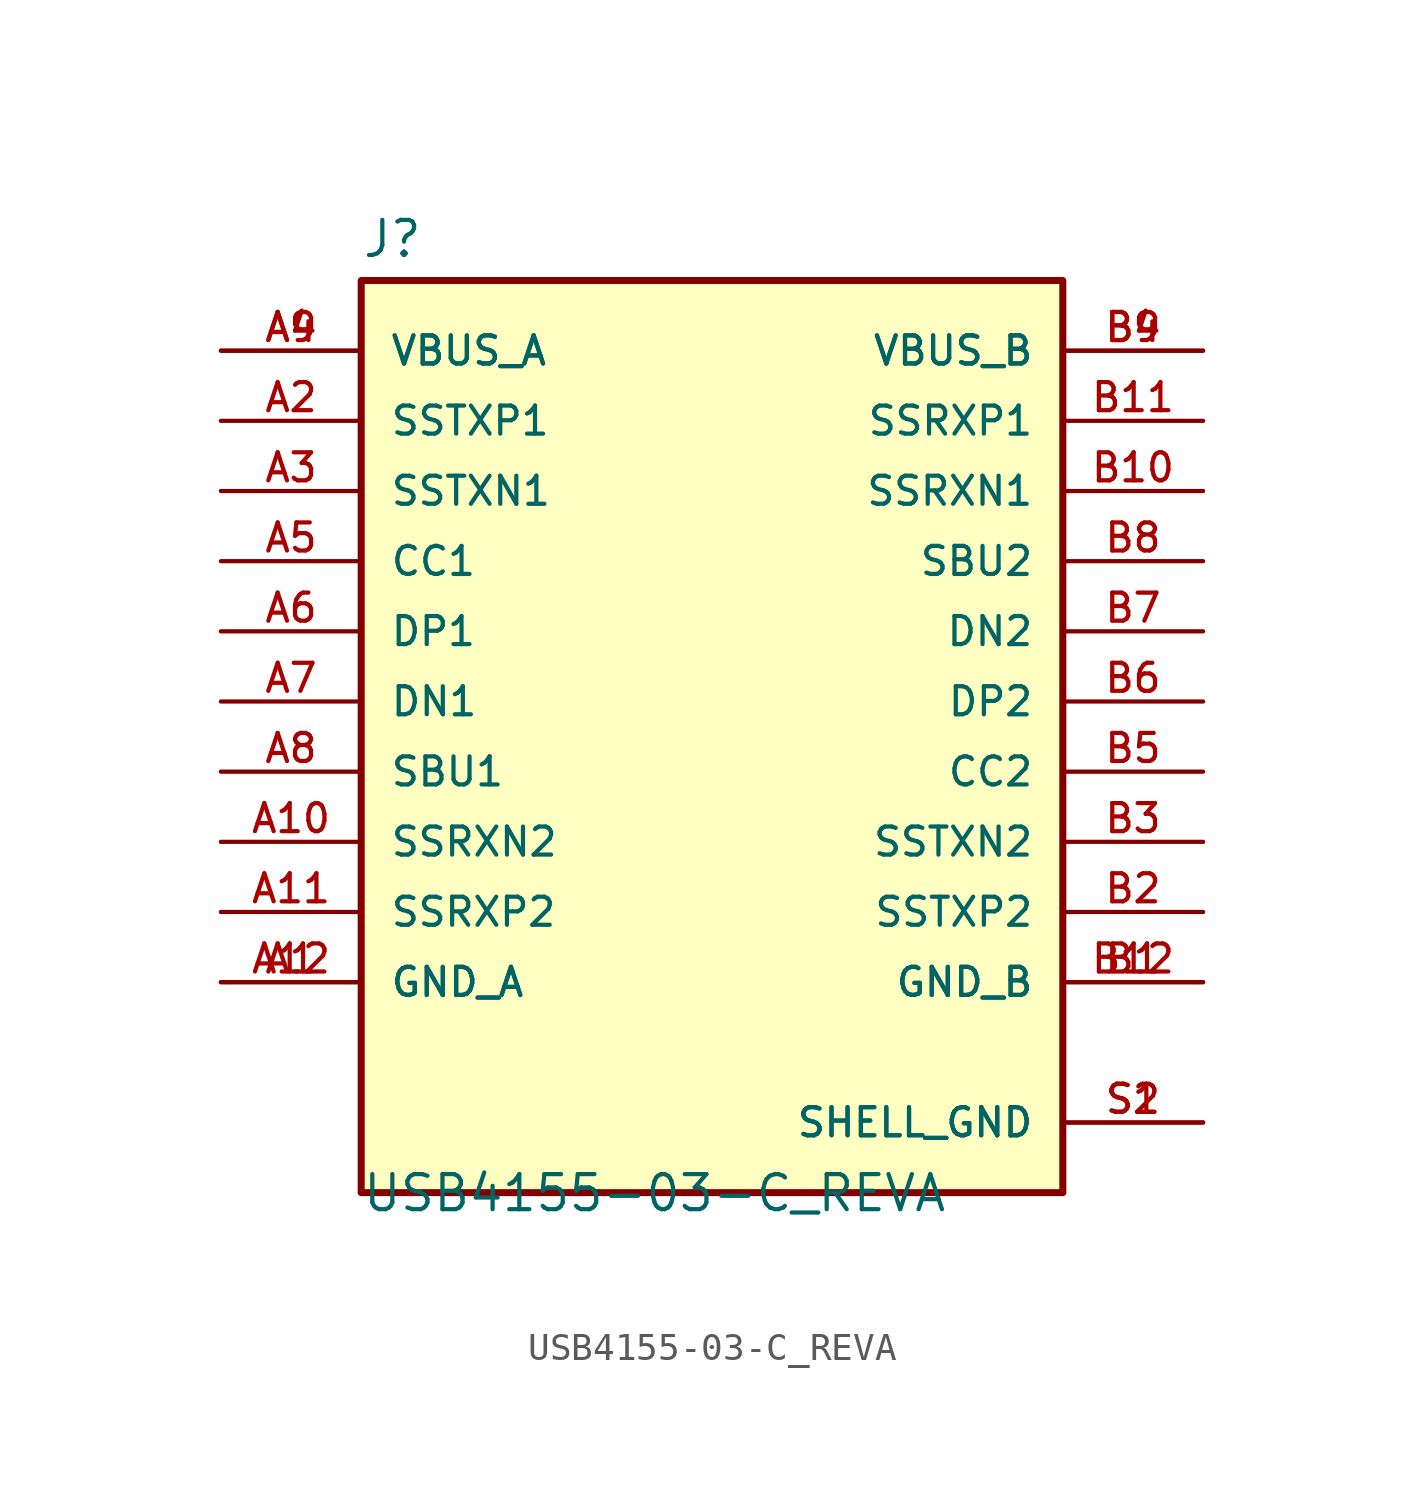
<source format=kicad_sym>
(kicad_symbol_lib
  (version 20210619)
  (generator kicad_symbol_editor)
  (symbol "USB4155-03-C_REVA"
    (pin_names
      (offset 1.016))
    (property "Reference" "J"
      (at -12.7 16.002 0)
      (effects (font (size 1.27 1.27)) (justify left bottom)))
    (property "Value" "USB4155-03-C_REVA"
      (at -12.7 -18.542 0)
      (effects (font (size 1.27 1.27)) (justify left bottom)))
    (property "ki_locked" ""
      (at 0 0 0)
      (effects (font (size 1.27 1.27))))
    (symbol "USB4155-03-C_REVA_0_0"
      (rectangle (start -12.7 -17.78) (end 12.7 15.24) (stroke (width 0.254)) (fill (type background)))
      (pin power_in line (at -17.78 -10.16 0) (length 5.08) (name "GND_A" (effects (font (size 1.016 1.016)))) (number "A1" (effects (font (size 1.016 1.016)))))
      (pin bidirectional line (at -17.78 -5.08 0) (length 5.08) (name "SSRXN2" (effects (font (size 1.016 1.016)))) (number "A10" (effects (font (size 1.016 1.016)))))
      (pin bidirectional line (at -17.78 -7.62 0) (length 5.08) (name "SSRXP2" (effects (font (size 1.016 1.016)))) (number "A11" (effects (font (size 1.016 1.016)))))
      (pin power_in line (at -17.78 -10.16 0) (length 5.08) (name "GND_A" (effects (font (size 1.016 1.016)))) (number "A12" (effects (font (size 1.016 1.016)))))
      (pin bidirectional line (at -17.78 10.16 0) (length 5.08) (name "SSTXP1" (effects (font (size 1.016 1.016)))) (number "A2" (effects (font (size 1.016 1.016)))))
      (pin bidirectional line (at -17.78 7.62 0) (length 5.08) (name "SSTXN1" (effects (font (size 1.016 1.016)))) (number "A3" (effects (font (size 1.016 1.016)))))
      (pin power_in line (at -17.78 12.7 0) (length 5.08) (name "VBUS_A" (effects (font (size 1.016 1.016)))) (number "A4" (effects (font (size 1.016 1.016)))))
      (pin bidirectional line (at -17.78 5.08 0) (length 5.08) (name "CC1" (effects (font (size 1.016 1.016)))) (number "A5" (effects (font (size 1.016 1.016)))))
      (pin bidirectional line (at -17.78 2.54 0) (length 5.08) (name "DP1" (effects (font (size 1.016 1.016)))) (number "A6" (effects (font (size 1.016 1.016)))))
      (pin bidirectional line (at -17.78 0 0) (length 5.08) (name "DN1" (effects (font (size 1.016 1.016)))) (number "A7" (effects (font (size 1.016 1.016)))))
      (pin bidirectional line (at -17.78 -2.54 0) (length 5.08) (name "SBU1" (effects (font (size 1.016 1.016)))) (number "A8" (effects (font (size 1.016 1.016)))))
      (pin power_in line (at -17.78 12.7 0) (length 5.08) (name "VBUS_A" (effects (font (size 1.016 1.016)))) (number "A9" (effects (font (size 1.016 1.016)))))
      (pin power_in line (at 17.78 -10.16 180) (length 5.08) (name "GND_B" (effects (font (size 1.016 1.016)))) (number "B1" (effects (font (size 1.016 1.016)))))
      (pin bidirectional line (at 17.78 7.62 180) (length 5.08) (name "SSRXN1" (effects (font (size 1.016 1.016)))) (number "B10" (effects (font (size 1.016 1.016)))))
      (pin bidirectional line (at 17.78 10.16 180) (length 5.08) (name "SSRXP1" (effects (font (size 1.016 1.016)))) (number "B11" (effects (font (size 1.016 1.016)))))
      (pin power_in line (at 17.78 -10.16 180) (length 5.08) (name "GND_B" (effects (font (size 1.016 1.016)))) (number "B12" (effects (font (size 1.016 1.016)))))
      (pin bidirectional line (at 17.78 -7.62 180) (length 5.08) (name "SSTXP2" (effects (font (size 1.016 1.016)))) (number "B2" (effects (font (size 1.016 1.016)))))
      (pin bidirectional line (at 17.78 -5.08 180) (length 5.08) (name "SSTXN2" (effects (font (size 1.016 1.016)))) (number "B3" (effects (font (size 1.016 1.016)))))
      (pin power_in line (at 17.78 12.7 180) (length 5.08) (name "VBUS_B" (effects (font (size 1.016 1.016)))) (number "B4" (effects (font (size 1.016 1.016)))))
      (pin bidirectional line (at 17.78 -2.54 180) (length 5.08) (name "CC2" (effects (font (size 1.016 1.016)))) (number "B5" (effects (font (size 1.016 1.016)))))
      (pin bidirectional line (at 17.78 0 180) (length 5.08) (name "DP2" (effects (font (size 1.016 1.016)))) (number "B6" (effects (font (size 1.016 1.016)))))
      (pin bidirectional line (at 17.78 2.54 180) (length 5.08) (name "DN2" (effects (font (size 1.016 1.016)))) (number "B7" (effects (font (size 1.016 1.016)))))
      (pin bidirectional line (at 17.78 5.08 180) (length 5.08) (name "SBU2" (effects (font (size 1.016 1.016)))) (number "B8" (effects (font (size 1.016 1.016)))))
      (pin power_in line (at 17.78 12.7 180) (length 5.08) (name "VBUS_B" (effects (font (size 1.016 1.016)))) (number "B9" (effects (font (size 1.016 1.016)))))
      (pin power_in line (at 17.78 -15.24 180) (length 5.08) (name "SHELL_GND" (effects (font (size 1.016 1.016)))) (number "S1" (effects (font (size 1.016 1.016)))))
      (pin power_in line (at 17.78 -15.24 180) (length 5.08) (name "SHELL_GND" (effects (font (size 1.016 1.016)))) (number "S2" (effects (font (size 1.016 1.016))))))))
</source>
